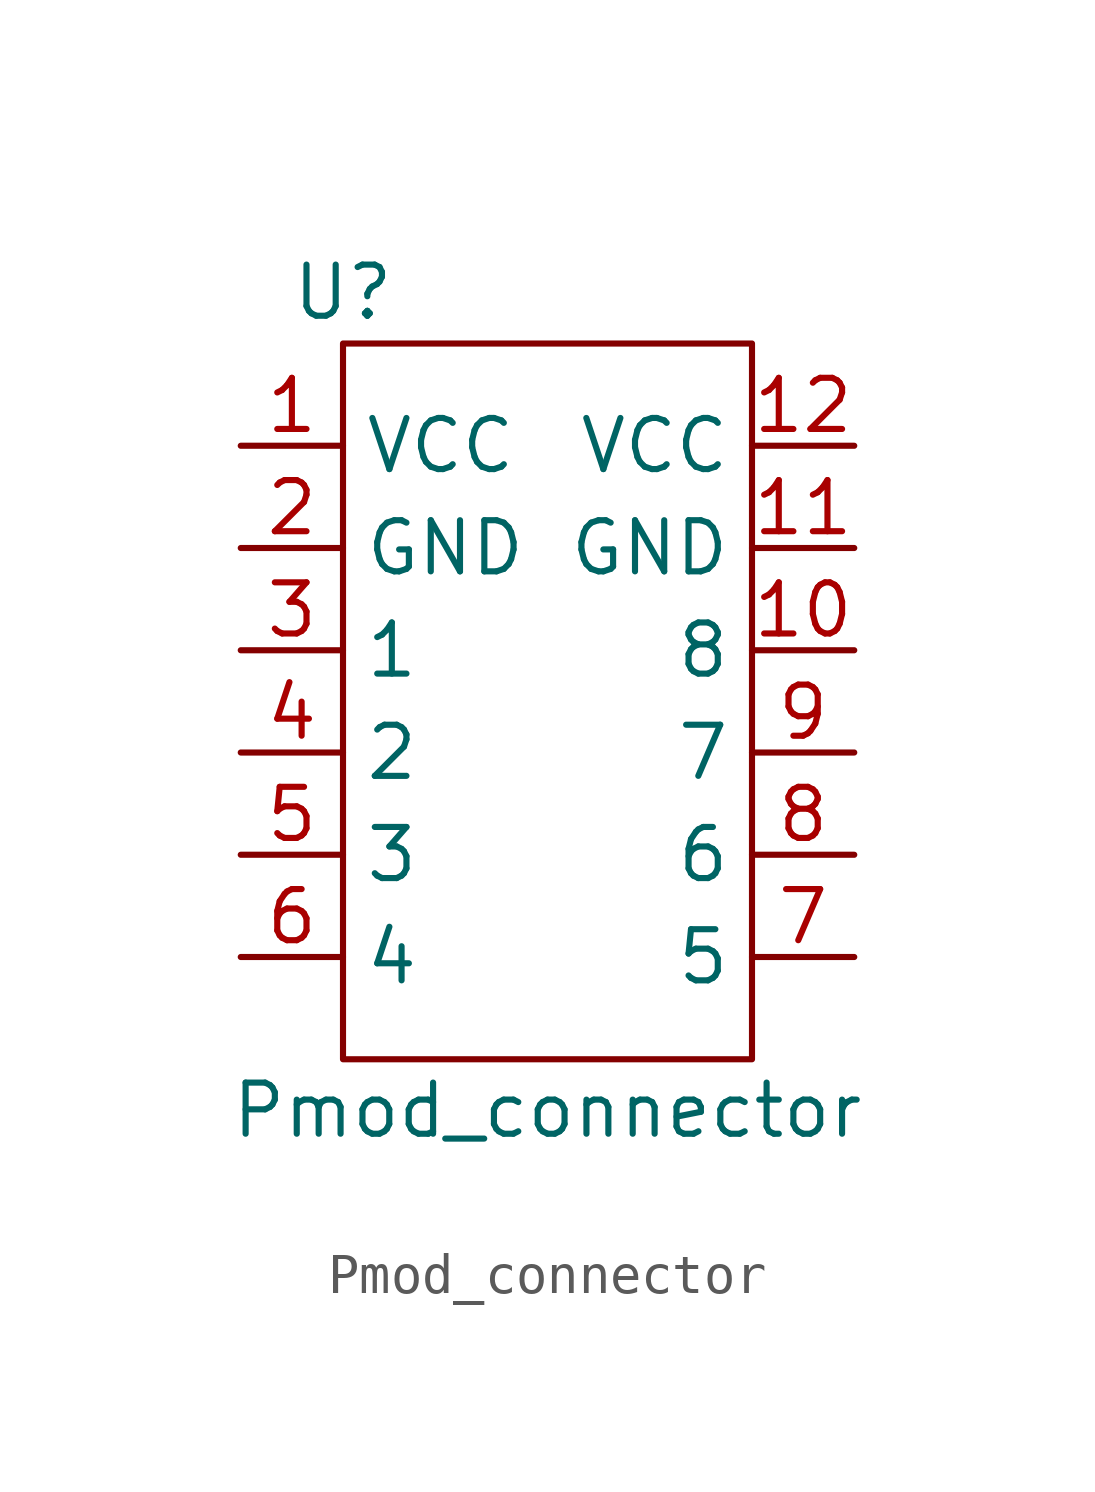
<source format=kicad_sym>
(kicad_symbol_lib
  (version 20211014)
  (generator kicad_symbol_editor)
  (symbol "Pmod_connector"
    (property "Reference" "U"
      (at -5.08 13.97 0)
      (effects (font (size 1.27 1.27))))
    (property "Value" "Pmod_connector"
      (at 0 -6.35 0)
      (effects (font (size 1.27 1.27))))
    (symbol "Pmod_connector_0_1"
      (rectangle (start -5.08 12.7) (end 5.08 -5.08) (stroke (width 0) (type default) (color 0 0 0 0)) (fill (type none))))
    (symbol "Pmod_connector_1_1"
      (pin power_in line (at -7.62 10.16 0) (length 2.54) (name "VCC" (effects (font (size 1.27 1.27)))) (number "1" (effects (font (size 1.27 1.27)))))
      (pin bidirectional line (at 7.62 5.08 180) (length 2.54) (name "8" (effects (font (size 1.27 1.27)))) (number "10" (effects (font (size 1.27 1.27)))))
      (pin power_in line (at 7.62 7.62 180) (length 2.54) (name "GND" (effects (font (size 1.27 1.27)))) (number "11" (effects (font (size 1.27 1.27)))))
      (pin power_in line (at 7.62 10.16 180) (length 2.54) (name "VCC" (effects (font (size 1.27 1.27)))) (number "12" (effects (font (size 1.27 1.27)))))
      (pin power_in line (at -7.62 7.62 0) (length 2.54) (name "GND" (effects (font (size 1.27 1.27)))) (number "2" (effects (font (size 1.27 1.27)))))
      (pin bidirectional line (at -7.62 5.08 0) (length 2.54) (name "1" (effects (font (size 1.27 1.27)))) (number "3" (effects (font (size 1.27 1.27)))))
      (pin bidirectional line (at -7.62 2.54 0) (length 2.54) (name "2" (effects (font (size 1.27 1.27)))) (number "4" (effects (font (size 1.27 1.27)))))
      (pin bidirectional line (at -7.62 0 0) (length 2.54) (name "3" (effects (font (size 1.27 1.27)))) (number "5" (effects (font (size 1.27 1.27)))))
      (pin bidirectional line (at -7.62 -2.54 0) (length 2.54) (name "4" (effects (font (size 1.27 1.27)))) (number "6" (effects (font (size 1.27 1.27)))))
      (pin bidirectional line (at 7.62 -2.54 180) (length 2.54) (name "5" (effects (font (size 1.27 1.27)))) (number "7" (effects (font (size 1.27 1.27)))))
      (pin bidirectional line (at 7.62 0 180) (length 2.54) (name "6" (effects (font (size 1.27 1.27)))) (number "8" (effects (font (size 1.27 1.27)))))
      (pin bidirectional line (at 7.62 2.54 180) (length 2.54) (name "7" (effects (font (size 1.27 1.27)))) (number "9" (effects (font (size 1.27 1.27))))))))
</source>
